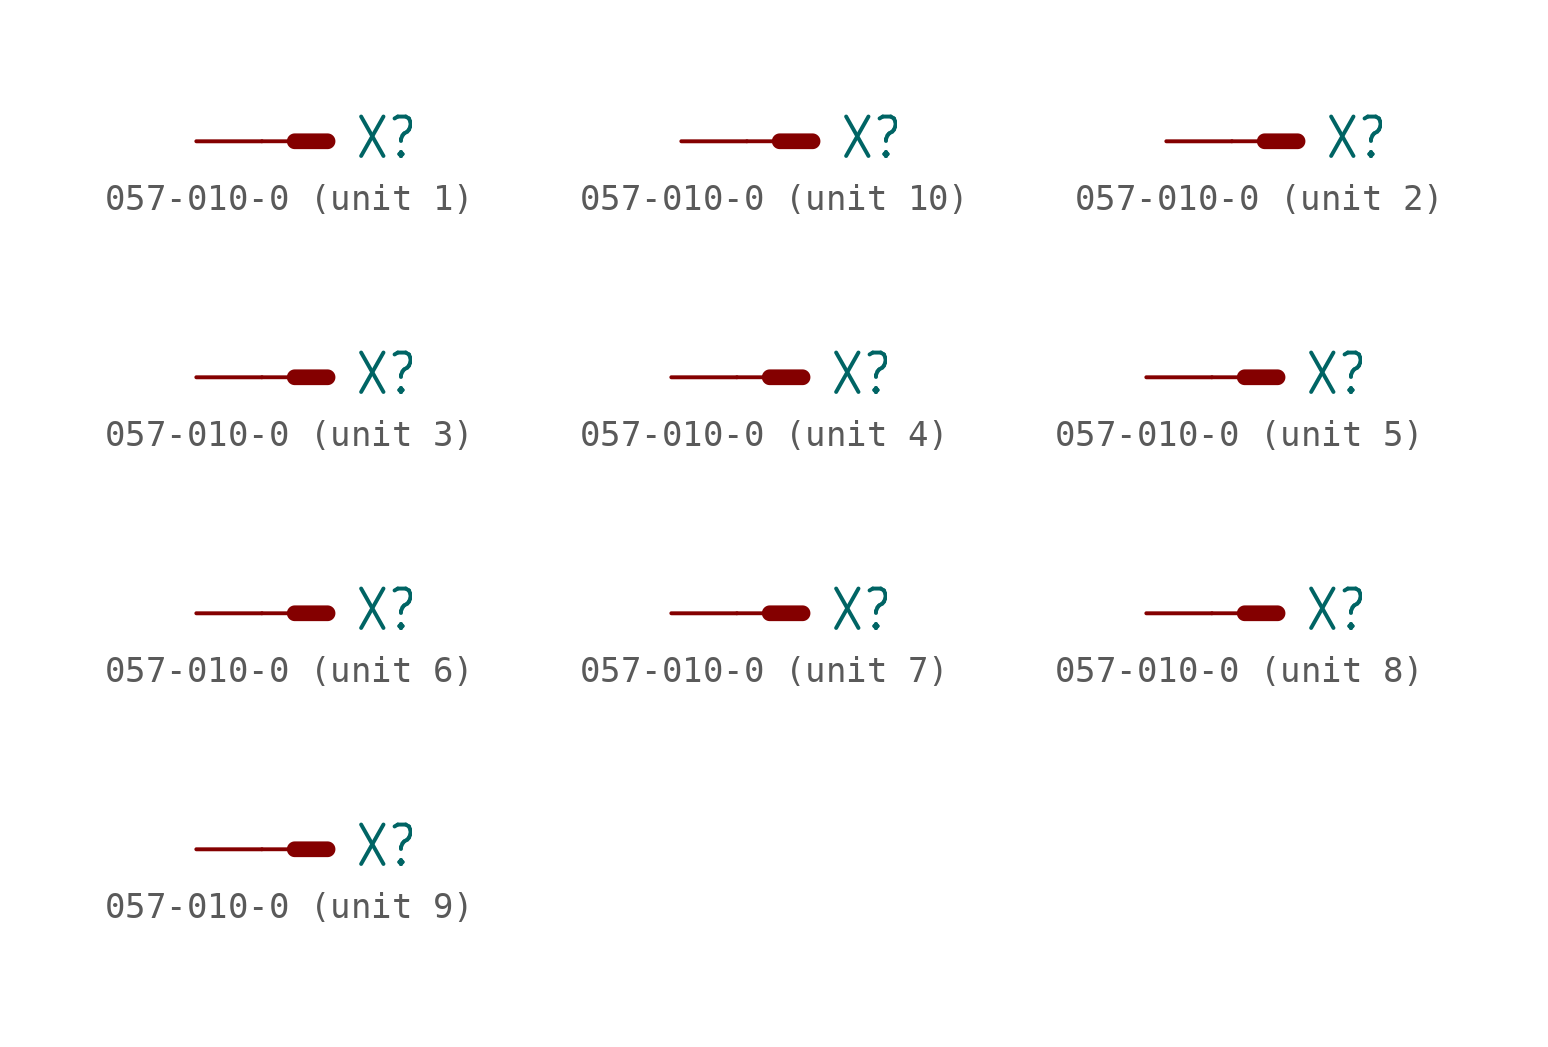
<source format=kicad_sym>
(kicad_symbol_lib
  (version 20211014)
  (generator kicad_symbol_editor)
  (symbol "057-010-0"
    (property "Reference" "X"
      (at 1.016 -0.762 0)
      (effects (font (size 1.524 1.295)) (justify left bottom)))
    (property "ki_locked" ""
      (at 0 0 0)
      (effects (font (size 1.27 1.27))))
    (symbol "057-010-0_1_0"
      (polyline (pts (xy -2.54 0) (xy -1.27 0)) (stroke (width 0.152) (type default) (color 0 0 0 0)) (fill (type none)))
      (polyline (pts (xy 0 0) (xy -1.27 0)) (stroke (width 0.61) (type default) (color 0 0 0 0)) (fill (type none)))
      (pin passive line (at -5.08 0 0) (length 2.54) (name "S" (effects (font (size 0 0)))) (number "1" (effects (font (size 0 0))))))
    (symbol "057-010-0_2_0"
      (polyline (pts (xy -2.54 0) (xy -1.27 0)) (stroke (width 0.152) (type default) (color 0 0 0 0)) (fill (type none)))
      (polyline (pts (xy 0 0) (xy -1.27 0)) (stroke (width 0.61) (type default) (color 0 0 0 0)) (fill (type none)))
      (pin passive line (at -5.08 0 0) (length 2.54) (name "S" (effects (font (size 0 0)))) (number "2" (effects (font (size 0 0))))))
    (symbol "057-010-0_3_0"
      (polyline (pts (xy -2.54 0) (xy -1.27 0)) (stroke (width 0.152) (type default) (color 0 0 0 0)) (fill (type none)))
      (polyline (pts (xy 0 0) (xy -1.27 0)) (stroke (width 0.61) (type default) (color 0 0 0 0)) (fill (type none)))
      (pin passive line (at -5.08 0 0) (length 2.54) (name "S" (effects (font (size 0 0)))) (number "3" (effects (font (size 0 0))))))
    (symbol "057-010-0_4_0"
      (polyline (pts (xy -2.54 0) (xy -1.27 0)) (stroke (width 0.152) (type default) (color 0 0 0 0)) (fill (type none)))
      (polyline (pts (xy 0 0) (xy -1.27 0)) (stroke (width 0.61) (type default) (color 0 0 0 0)) (fill (type none)))
      (pin passive line (at -5.08 0 0) (length 2.54) (name "S" (effects (font (size 0 0)))) (number "4" (effects (font (size 0 0))))))
    (symbol "057-010-0_5_0"
      (polyline (pts (xy -2.54 0) (xy -1.27 0)) (stroke (width 0.152) (type default) (color 0 0 0 0)) (fill (type none)))
      (polyline (pts (xy 0 0) (xy -1.27 0)) (stroke (width 0.61) (type default) (color 0 0 0 0)) (fill (type none)))
      (pin passive line (at -5.08 0 0) (length 2.54) (name "S" (effects (font (size 0 0)))) (number "5" (effects (font (size 0 0))))))
    (symbol "057-010-0_6_0"
      (polyline (pts (xy -2.54 0) (xy -1.27 0)) (stroke (width 0.152) (type default) (color 0 0 0 0)) (fill (type none)))
      (polyline (pts (xy 0 0) (xy -1.27 0)) (stroke (width 0.61) (type default) (color 0 0 0 0)) (fill (type none)))
      (pin passive line (at -5.08 0 0) (length 2.54) (name "S" (effects (font (size 0 0)))) (number "6" (effects (font (size 0 0))))))
    (symbol "057-010-0_7_0"
      (polyline (pts (xy -2.54 0) (xy -1.27 0)) (stroke (width 0.152) (type default) (color 0 0 0 0)) (fill (type none)))
      (polyline (pts (xy 0 0) (xy -1.27 0)) (stroke (width 0.61) (type default) (color 0 0 0 0)) (fill (type none)))
      (pin passive line (at -5.08 0 0) (length 2.54) (name "S" (effects (font (size 0 0)))) (number "7" (effects (font (size 0 0))))))
    (symbol "057-010-0_8_0"
      (polyline (pts (xy -2.54 0) (xy -1.27 0)) (stroke (width 0.152) (type default) (color 0 0 0 0)) (fill (type none)))
      (polyline (pts (xy 0 0) (xy -1.27 0)) (stroke (width 0.61) (type default) (color 0 0 0 0)) (fill (type none)))
      (pin passive line (at -5.08 0 0) (length 2.54) (name "S" (effects (font (size 0 0)))) (number "8" (effects (font (size 0 0))))))
    (symbol "057-010-0_9_0"
      (polyline (pts (xy -2.54 0) (xy -1.27 0)) (stroke (width 0.152) (type default) (color 0 0 0 0)) (fill (type none)))
      (polyline (pts (xy 0 0) (xy -1.27 0)) (stroke (width 0.61) (type default) (color 0 0 0 0)) (fill (type none)))
      (pin passive line (at -5.08 0 0) (length 2.54) (name "S" (effects (font (size 0 0)))) (number "9" (effects (font (size 0 0))))))
    (symbol "057-010-0_10_0"
      (polyline (pts (xy -2.54 0) (xy -1.27 0)) (stroke (width 0.152) (type default) (color 0 0 0 0)) (fill (type none)))
      (polyline (pts (xy 0 0) (xy -1.27 0)) (stroke (width 0.61) (type default) (color 0 0 0 0)) (fill (type none)))
      (pin passive line (at -5.08 0 0) (length 2.54) (name "S" (effects (font (size 0 0)))) (number "10" (effects (font (size 0 0))))))))
</source>
